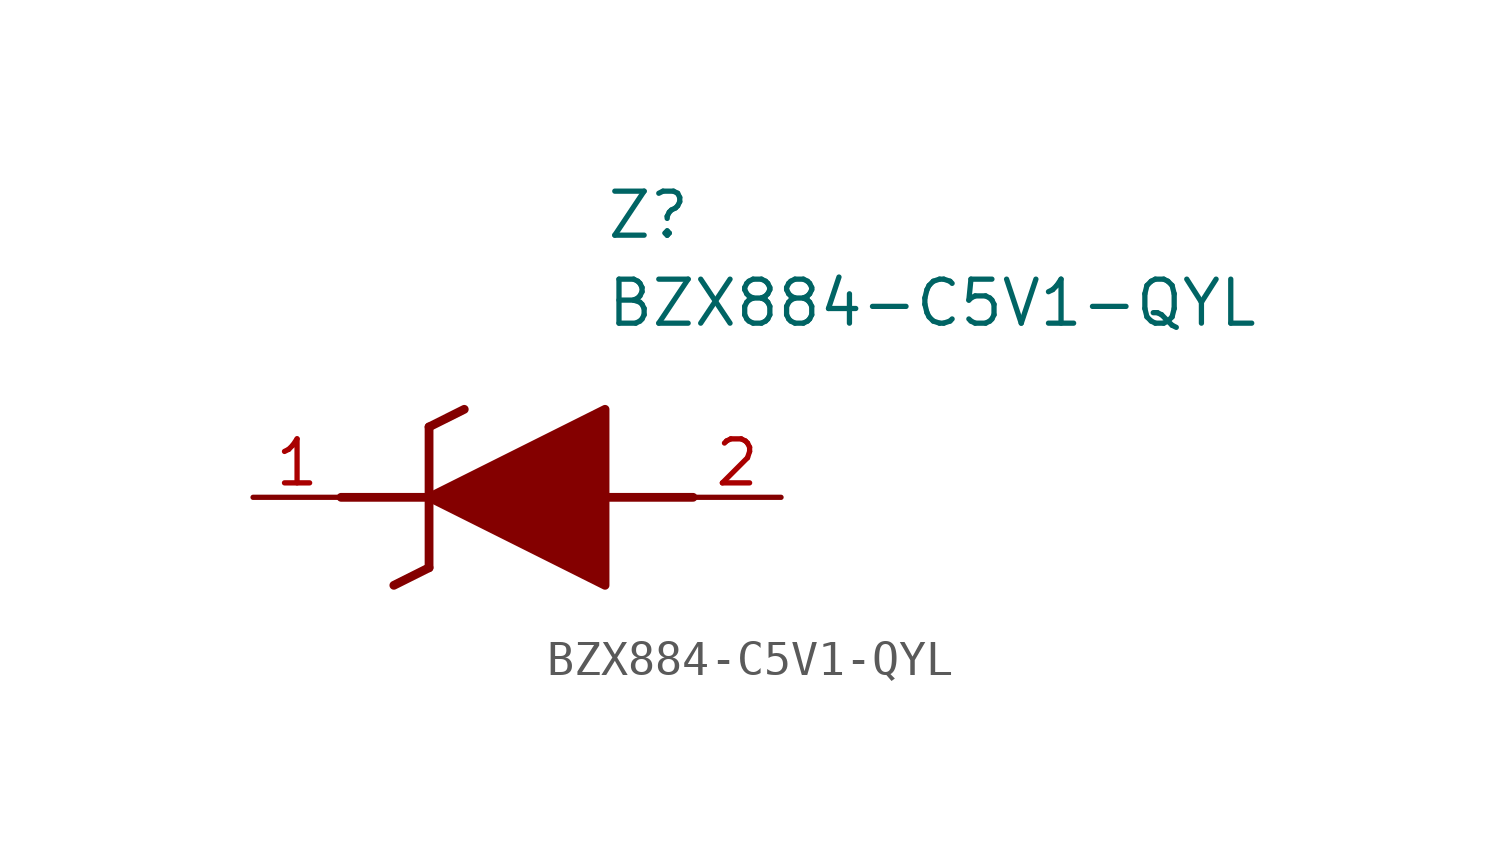
<source format=kicad_sym>
(kicad_symbol_lib
  (version 20211014)
  (generator SamacSys_ECAD_Model)
  (symbol "BZX884-C5V1-QYL"
    (pin_names hide)
    (property "Reference" "Z"
      (at 10.16 8.89 0)
      (effects (font (size 1.27 1.27)) (justify left top)))
    (property "Value" "BZX884-C5V1-QYL"
      (at 10.16 6.35 0)
      (effects (font (size 1.27 1.27)) (justify left top)))
    (polyline
      (pts (xy 5.08 2.032) (xy 5.08 -2.032))
      (stroke (width 0.254) (type default))
      (fill (type none)))
    (polyline
      (pts (xy 5.08 2.032) (xy 6.096 2.54))
      (stroke (width 0.254) (type default))
      (fill (type none)))
    (polyline
      (pts (xy 4.064 -2.54) (xy 5.08 -2.032))
      (stroke (width 0.254) (type default))
      (fill (type none)))
    (polyline
      (pts (xy 2.54 0) (xy 5.08 0))
      (stroke (width 0.254) (type default))
      (fill (type none)))
    (polyline
      (pts (xy 12.7 0) (xy 10.16 0))
      (stroke (width 0.254) (type default))
      (fill (type none)))
    (polyline
      (pts (xy 5.08 0) (xy 10.16 2.54) (xy 10.16 -2.54) (xy 5.08 0))
      (stroke (width 0.254) (type default))
      (fill (type outline)))
    (pin passive line
      (at 0 0 0)
      (length 2.54)
      (name "K" (effects (font (size 1.27 1.27))))
      (number "1" (effects (font (size 1.27 1.27)))))
    (pin passive line
      (at 15.24 0 180)
      (length 2.54)
      (name "A" (effects (font (size 1.27 1.27))))
      (number "2" (effects (font (size 1.27 1.27)))))))
</source>
